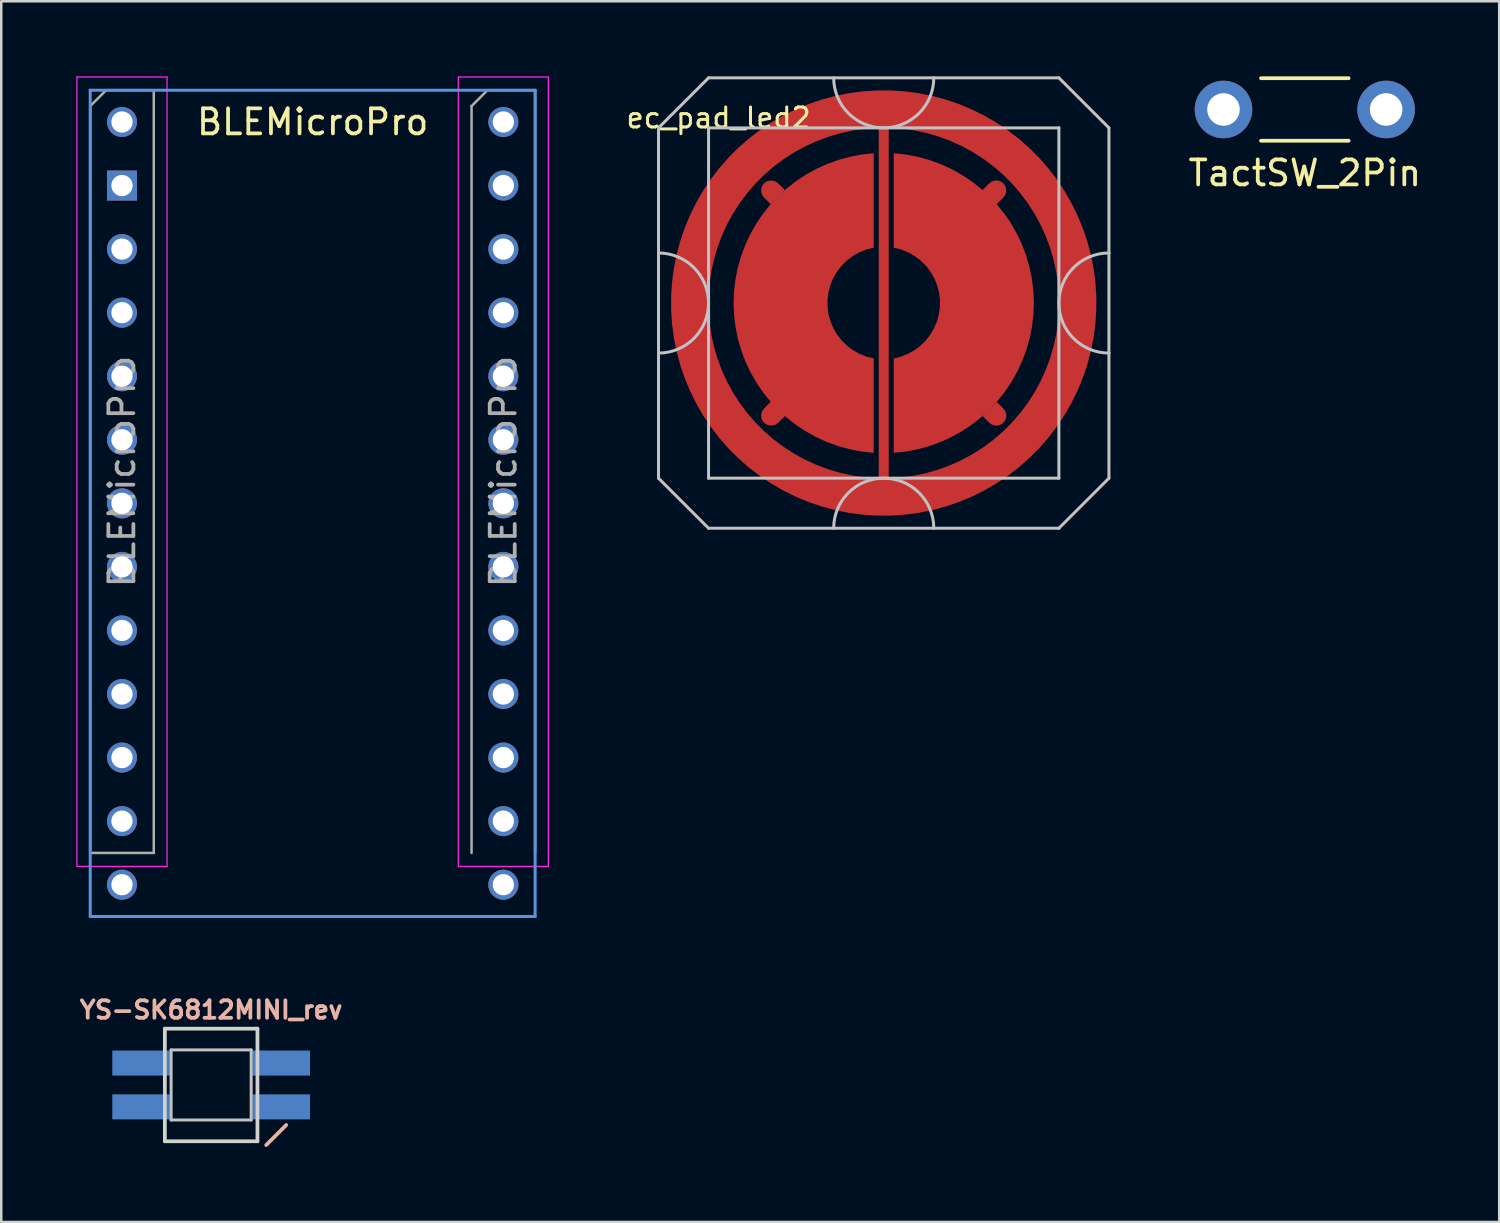
<source format=kicad_pcb>
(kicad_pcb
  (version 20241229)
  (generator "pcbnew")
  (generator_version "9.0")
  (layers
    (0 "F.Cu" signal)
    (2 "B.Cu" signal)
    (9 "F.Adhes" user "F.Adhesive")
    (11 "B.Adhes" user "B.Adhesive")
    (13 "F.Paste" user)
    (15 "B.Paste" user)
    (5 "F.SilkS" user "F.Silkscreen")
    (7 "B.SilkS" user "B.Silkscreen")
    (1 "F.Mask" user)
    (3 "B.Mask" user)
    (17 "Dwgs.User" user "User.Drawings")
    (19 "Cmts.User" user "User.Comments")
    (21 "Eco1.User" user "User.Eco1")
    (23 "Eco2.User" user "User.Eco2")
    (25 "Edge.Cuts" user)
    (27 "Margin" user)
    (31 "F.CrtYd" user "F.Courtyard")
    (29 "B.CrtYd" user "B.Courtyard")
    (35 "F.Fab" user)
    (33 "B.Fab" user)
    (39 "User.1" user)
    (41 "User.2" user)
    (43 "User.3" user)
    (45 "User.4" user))
  (footprint "TactSW_2Pin"
    (layer "F.Cu")
    (at 49.094 1.325)
    (property "Reference" "TactSW_2Pin" (at 0 2.54 180) (layer "F.SilkS") (effects (font (size 1 1) (thickness 0.15))))
    (attr through_hole)
    (fp_line (start -1.75 1.25) (end 1.75 1.25) (stroke (width 0.15) (type solid)) (layer "F.SilkS"))
    (fp_line (start 1.75 -1.25) (end -1.75 -1.25) (stroke (width 0.15) (type solid)) (layer "F.SilkS"))
    (pad "1" thru_hole circle (at -3.25 0) (size 2.3 2.3) (drill 1.3) (layers "*.Cu" "*.Mask"))
    (pad "2" thru_hole circle (at 3.25 0) (size 2.3 2.3) (drill 1.3) (layers "*.Cu" "*.Mask")))
  (footprint "YS-SK6812MINI_rev"
    (layer "F.Cu")
    (at 5.388 40.308)
    (property "Reference" "YS-SK6812MINI_rev" (at 0 -3 180) (layer "B.SilkS") (effects (font (size 0.7 0.7) (thickness 0.15))))
    (attr through_hole)
    (fp_line (start 2.2 2.4) (end 3 1.6) (stroke (width 0.15) (type solid)) (layer "B.SilkS"))
    (fp_line (start -1.6 -1.4) (end -1.6 1.4) (stroke (width 0.12) (type solid)) (layer "Dwgs.User"))
    (fp_line (start -1.6 1.4) (end 1.6 1.4) (stroke (width 0.12) (type solid)) (layer "Dwgs.User"))
    (fp_line (start 1.6 -1.4) (end -1.6 -1.4) (stroke (width 0.12) (type solid)) (layer "Dwgs.User"))
    (fp_line (start 1.6 1.4) (end 1.6 -1.4) (stroke (width 0.12) (type solid)) (layer "Dwgs.User"))
    (fp_line (start -1.85 -2.25) (end -1.85 2.25) (stroke (width 0.15) (type solid)) (layer "Edge.Cuts"))
    (fp_line (start -1.85 -2.25) (end 1.85 -2.25) (stroke (width 0.15) (type solid)) (layer "Edge.Cuts"))
    (fp_line (start 1.85 -2.25) (end 1.85 2.25) (stroke (width 0.15) (type solid)) (layer "Edge.Cuts"))
    (fp_line (start 1.85 2.25) (end -1.85 2.25) (stroke (width 0.15) (type solid)) (layer "Edge.Cuts"))
    (pad "1" smd rect (at -2.8 -0.875) (size 2.3 1) (layers "B.Cu" "B.Mask" "B.Paste"))
    (pad "2" smd rect (at -2.8 0.875) (size 2.3 1) (layers "B.Cu" "B.Mask" "B.Paste"))
    (pad "3" smd rect (at 2.8 0.875) (size 2.3 1) (layers "B.Cu" "B.Mask" "B.Paste"))
    (pad "4" smd rect (at 2.8 -0.875) (size 2.3 1) (layers "B.Cu" "B.Mask" "B.Paste")))
  (footprint "BLEMicroPro"
    (layer "F.Cu")
    (at 9.445 1.825)
    (property "Reference" "BLEMicroPro" (at 0 0 180) (layer "F.SilkS") (effects (font (size 1 1) (thickness 0.15))))
    (attr through_hole)
    (fp_line (start -8.89 -1.27) (end -8.89 31.75) (stroke (width 0.12) (type solid)) (layer "Cmts.User"))
    (fp_line (start -8.89 31.75) (end 8.89 31.75) (stroke (width 0.12) (type solid)) (layer "Cmts.User"))
    (fp_line (start 8.89 -1.27) (end -8.89 -1.27) (stroke (width 0.12) (type solid)) (layer "Cmts.User"))
    (fp_line (start 8.89 31.75) (end 8.89 -1.27) (stroke (width 0.12) (type solid)) (layer "Cmts.User"))
    (fp_line (start -9.42 -1.8) (end -9.42 29.75) (stroke (width 0.05) (type solid)) (layer "F.CrtYd"))
    (fp_line (start -9.42 29.75) (end -5.82 29.75) (stroke (width 0.05) (type solid)) (layer "F.CrtYd"))
    (fp_line (start -5.82 -1.8) (end -9.42 -1.8) (stroke (width 0.05) (type solid)) (layer "F.CrtYd"))
    (fp_line (start -5.82 29.75) (end -5.82 -1.8) (stroke (width 0.05) (type solid)) (layer "F.CrtYd"))
    (fp_line (start 5.82 -1.8) (end 5.82 29.75) (stroke (width 0.05) (type solid)) (layer "F.CrtYd"))
    (fp_line (start 5.82 29.75) (end 9.42 29.75) (stroke (width 0.05) (type solid)) (layer "F.CrtYd"))
    (fp_line (start 9.42 -1.8) (end 5.82 -1.8) (stroke (width 0.05) (type solid)) (layer "F.CrtYd"))
    (fp_line (start 9.42 29.75) (end 9.42 -1.8) (stroke (width 0.05) (type solid)) (layer "F.CrtYd"))
    (fp_line (start -8.89 -0.635) (end -8.255 -1.27) (stroke (width 0.1) (type solid)) (layer "F.Fab"))
    (fp_line (start -8.89 29.21) (end -8.89 -0.635) (stroke (width 0.1) (type solid)) (layer "F.Fab"))
    (fp_line (start -8.255 -1.27) (end -6.35 -1.27) (stroke (width 0.1) (type solid)) (layer "F.Fab"))
    (fp_line (start -6.35 -1.27) (end -6.35 29.21) (stroke (width 0.1) (type solid)) (layer "F.Fab"))
    (fp_line (start -6.35 29.21) (end -8.89 29.21) (stroke (width 0.1) (type solid)) (layer "F.Fab"))
    (fp_line (start 6.35 -0.635) (end 6.985 -1.27) (stroke (width 0.1) (type solid)) (layer "F.Fab"))
    (fp_line (start 6.35 29.21) (end 6.35 -0.635) (stroke (width 0.1) (type solid)) (layer "F.Fab"))
    (fp_line (start 6.985 -1.27) (end 8.89 -1.27) (stroke (width 0.1) (type solid)) (layer "F.Fab"))
    (fp_line (start 8.89 -1.27) (end 8.89 29.21) (stroke (width 0.1) (type solid)) (layer "F.Fab"))
    (fp_line (start 8.89 31.75) (end 6.35 31.75) (stroke (width 0.1) (type solid)) (layer "F.Fab"))
    (fp_text user "${REFERENCE}" (at 7.62 13.97 270) (layer "F.Fab") (effects (font (size 1 1) (thickness 0.15))))
    (fp_text user "${REFERENCE}" (at -7.62 13.97 270) (layer "F.Fab") (effects (font (size 1 1) (thickness 0.15))))
    (pad "1" thru_hole circle (at -7.62 0) (size 1.2 1.2) (drill 0.85) (layers "*.Cu" "*.Mask"))
    (pad "2" thru_hole rect (at -7.62 2.54) (size 1.2 1.2) (drill 0.85) (layers "*.Cu" "*.Mask"))
    (pad "3" thru_hole oval (at -7.62 5.08) (size 1.2 1.2) (drill 0.85) (layers "*.Cu" "*.Mask"))
    (pad "4" thru_hole oval (at -7.62 7.62) (size 1.2 1.2) (drill 0.85) (layers "*.Cu" "*.Mask"))
    (pad "5" thru_hole oval (at -7.62 10.16) (size 1.2 1.2) (drill 0.85) (layers "*.Cu" "*.Mask"))
    (pad "6" thru_hole oval (at -7.62 12.7) (size 1.2 1.2) (drill 0.85) (layers "*.Cu" "*.Mask"))
    (pad "7" thru_hole oval (at -7.62 15.24) (size 1.2 1.2) (drill 0.85) (layers "*.Cu" "*.Mask"))
    (pad "8" thru_hole oval (at -7.62 17.78) (size 1.2 1.2) (drill 0.85) (layers "*.Cu" "*.Mask"))
    (pad "9" thru_hole oval (at -7.62 20.32) (size 1.2 1.2) (drill 0.85) (layers "*.Cu" "*.Mask"))
    (pad "10" thru_hole oval (at -7.62 22.86) (size 1.2 1.2) (drill 0.85) (layers "*.Cu" "*.Mask"))
    (pad "11" thru_hole oval (at -7.62 25.4) (size 1.2 1.2) (drill 0.85) (layers "*.Cu" "*.Mask"))
    (pad "12" thru_hole oval (at -7.62 27.94) (size 1.2 1.2) (drill 0.85) (layers "*.Cu" "*.Mask"))
    (pad "13" thru_hole oval (at -7.62 30.48) (size 1.2 1.2) (drill 0.85) (layers "*.Cu" "*.Mask"))
    (pad "14" thru_hole oval (at 7.62 30.48 270) (size 1.2 1.2) (drill 0.85) (layers "*.Cu" "*.Mask"))
    (pad "15" thru_hole oval (at 7.62 27.94) (size 1.2 1.2) (drill 0.85) (layers "*.Cu" "*.Mask"))
    (pad "16" thru_hole oval (at 7.62 25.4) (size 1.2 1.2) (drill 0.85) (layers "*.Cu" "*.Mask"))
    (pad "17" thru_hole oval (at 7.62 22.86) (size 1.2 1.2) (drill 0.85) (layers "*.Cu" "*.Mask"))
    (pad "18" thru_hole oval (at 7.62 20.32) (size 1.2 1.2) (drill 0.85) (layers "*.Cu" "*.Mask"))
    (pad "19" thru_hole oval (at 7.62 17.78) (size 1.2 1.2) (drill 0.85) (layers "*.Cu" "*.Mask"))
    (pad "20" thru_hole oval (at 7.62 15.24) (size 1.2 1.2) (drill 0.85) (layers "*.Cu" "*.Mask"))
    (pad "21" thru_hole oval (at 7.62 12.7) (size 1.2 1.2) (drill 0.85) (layers "*.Cu" "*.Mask"))
    (pad "22" thru_hole oval (at 7.62 10.16) (size 1.2 1.2) (drill 0.85) (layers "*.Cu" "*.Mask"))
    (pad "23" thru_hole oval (at 7.62 7.62) (size 1.2 1.2) (drill 0.85) (layers "*.Cu" "*.Mask"))
    (pad "24" thru_hole oval (at 7.62 5.08) (size 1.2 1.2) (drill 0.85) (layers "*.Cu" "*.Mask"))
    (pad "25" thru_hole oval (at 7.62 2.54) (size 1.2 1.2) (drill 0.85) (layers "*.Cu" "*.Mask"))
    (pad "26" thru_hole circle (at 7.62 0) (size 1.2 1.2) (drill 0.85) (layers "*.Cu" "*.Mask")))
  (footprint "ec_pad_led2"
    (layer "F.Cu")
    (at 32.266 9.06)
    (property "Reference" "ec_pad_led2" (at -6.6 -7.4 0) (layer "F.SilkS") (effects (font (size 0.8 0.8) (thickness 0.12))))
    (attr smd)
    (fp_line (start -9 -7) (end -9 -2) (stroke (width 0.12) (type solid)) (layer "Dwgs.User"))
    (fp_line (start -9 -2) (end -9 2) (stroke (width 0.12) (type solid)) (layer "Dwgs.User"))
    (fp_line (start -9 2) (end -9 7) (stroke (width 0.12) (type solid)) (layer "Dwgs.User"))
    (fp_line (start -9 7) (end -7 9) (stroke (width 0.12) (type solid)) (layer "Dwgs.User"))
    (fp_line (start -7 -9) (end -9 -7) (stroke (width 0.12) (type solid)) (layer "Dwgs.User"))
    (fp_line (start -7 -7) (end -7 7) (stroke (width 0.12) (type solid)) (layer "Dwgs.User"))
    (fp_line (start -7 7) (end 7 7) (stroke (width 0.12) (type solid)) (layer "Dwgs.User"))
    (fp_line (start -7 9) (end 7 9) (stroke (width 0.12) (type solid)) (layer "Dwgs.User"))
    (fp_line (start 7 -9) (end -7 -9) (stroke (width 0.12) (type solid)) (layer "Dwgs.User"))
    (fp_line (start 7 -9) (end 9 -7) (stroke (width 0.12) (type solid)) (layer "Dwgs.User"))
    (fp_line (start 7 -7) (end -7 -7) (stroke (width 0.12) (type solid)) (layer "Dwgs.User"))
    (fp_line (start 7 7) (end 7 -7) (stroke (width 0.12) (type solid)) (layer "Dwgs.User"))
    (fp_line (start 7 9) (end 9 7) (stroke (width 0.12) (type solid)) (layer "Dwgs.User"))
    (fp_line (start 9 -2) (end 9 -7) (stroke (width 0.12) (type solid)) (layer "Dwgs.User"))
    (fp_line (start 9 -2) (end 9 2) (stroke (width 0.12) (type solid)) (layer "Dwgs.User"))
    (fp_line (start 9 7) (end 9 2) (stroke (width 0.12) (type solid)) (layer "Dwgs.User"))
    (fp_arc (start -9 -2) (mid -7 0) (end -9 2) (stroke (width 0.12) (type solid)) (layer "Dwgs.User"))
    (fp_arc (start -2 9) (mid 0 7) (end 2 9) (stroke (width 0.12) (type solid)) (layer "Dwgs.User"))
    (fp_arc (start 2 -9) (mid 0 -7) (end -2 -9) (stroke (width 0.12) (type solid)) (layer "Dwgs.User"))
    (fp_arc (start 9 2) (mid 7 0) (end 9 -2) (stroke (width 0.12) (type solid)) (layer "Dwgs.User"))
    (pad "1" smd custom (at -4.5 -4.5 270) (size 0.5 0.5) (layers "F.Cu") (options (anchor circle)) (primitives (gr_poly (pts (xy 0.55 0.016) (xy 0.283 0.283) (xy 0.182 0.356) (xy 0.063 0.395) (xy -0.063 0.395) (xy -0.182 0.356) (xy -0.283 0.283) (xy -0.356 0.182) (xy -0.395 0.063) (xy -0.395 -0.063) (xy -0.356 -0.182) (xy -0.283 -0.283) (xy -0.016 -0.55)) (width 0) (fill yes))))
    (pad "1" smd custom (at -4.5 4.5) (size 0.5 0.5) (layers "F.Cu") (options (anchor circle)) (primitives (gr_poly (pts (xy 3.614 1.434) (xy 3.134 1.342) (xy 2.663 1.212) (xy 2.204 1.043) (xy 1.76 0.838) (xy 1.335 0.597) (xy 0.93 0.323) (xy 0.55 0.016) (xy 0.283 0.283) (xy 0.182 0.356) (xy 0.063 0.395) (xy -0.063 0.395) (xy -0.182 0.356) (xy -0.283 0.283) (xy -0.356 0.182) (xy -0.395 0.063) (xy -0.395 -0.063) (xy -0.356 -0.182) (xy -0.283 -0.283) (xy -0.016 -0.55) (xy -0.315 -0.92) (xy -0.584 -1.313) (xy -0.821 -1.726) (xy -1.024 -2.157) (xy -1.192 -2.603) (xy -1.325 -3.06) (xy -1.42 -3.526) (xy -1.479 -3.999) (xy -1.5 -4.475) (xy -1.483 -4.95) (xy -1.428 -5.423) (xy -1.337 -5.891) (xy -1.208 -6.349) (xy -1.043 -6.796) (xy -0.844 -7.228) (xy -0.611 -7.643) (xy -0.345 -8.039) (xy -0.049 -8.412) (xy 0.275 -8.76) (xy 0.626 -9.082) (xy 1.002 -9.375) (xy 1.4 -9.637) (xy 1.817 -9.866) (xy 2.251 -10.062) (xy 2.699 -10.223) (xy 3.158 -10.348) (xy 3.626 -10.436) (xy 4.1 -10.487) (xy 4.1 -6.714) (xy 3.811 -6.642) (xy 3.534 -6.532) (xy 3.273 -6.386) (xy 3.035 -6.208) (xy 2.822 -5.999) (xy 2.639 -5.764) (xy 2.488 -5.507) (xy 2.372 -5.232) (xy 2.294 -4.944) (xy 2.255 -4.649) (xy 2.255 -4.351) (xy 2.294 -4.055) (xy 2.372 -3.768) (xy 2.488 -3.493) (xy 2.639 -3.236) (xy 2.822 -3.001) (xy 3.035 -2.792) (xy 3.273 -2.614) (xy 3.534 -2.468) (xy 3.811 -2.358) (xy 4.1 -2.286) (xy 4.1 1.487)) (width 0) (fill yes))))
    (pad "2" smd custom (at 4.5 -4.5 180) (size 0.5 0.5) (layers "F.Cu") (options (anchor circle)) (primitives (gr_poly (pts (xy 3.614 1.434) (xy 3.134 1.342) (xy 2.663 1.212) (xy 2.204 1.043) (xy 1.76 0.838) (xy 1.335 0.597) (xy 0.93 0.323) (xy 0.55 0.016) (xy 0.283 0.283) (xy 0.182 0.356) (xy 0.063 0.395) (xy -0.063 0.395) (xy -0.182 0.356) (xy -0.283 0.283) (xy -0.356 0.182) (xy -0.395 0.063) (xy -0.395 -0.063) (xy -0.356 -0.182) (xy -0.283 -0.283) (xy -0.016 -0.55) (xy -0.315 -0.92) (xy -0.584 -1.313) (xy -0.821 -1.726) (xy -1.024 -2.157) (xy -1.192 -2.603) (xy -1.325 -3.06) (xy -1.42 -3.526) (xy -1.479 -3.999) (xy -1.5 -4.475) (xy -1.483 -4.95) (xy -1.428 -5.423) (xy -1.337 -5.891) (xy -1.208 -6.349) (xy -1.043 -6.796) (xy -0.844 -7.228) (xy -0.611 -7.643) (xy -0.345 -8.039) (xy -0.049 -8.412) (xy 0.275 -8.76) (xy 0.626 -9.082) (xy 1.002 -9.375) (xy 1.4 -9.637) (xy 1.817 -9.866) (xy 2.251 -10.062) (xy 2.699 -10.223) (xy 3.158 -10.348) (xy 3.626 -10.436) (xy 4.1 -10.487) (xy 4.1 -6.714) (xy 3.811 -6.642) (xy 3.534 -6.532) (xy 3.273 -6.386) (xy 3.035 -6.208) (xy 2.822 -5.999) (xy 2.639 -5.764) (xy 2.488 -5.507) (xy 2.372 -5.232) (xy 2.294 -4.944) (xy 2.255 -4.649) (xy 2.255 -4.351) (xy 2.294 -4.055) (xy 2.372 -3.768) (xy 2.488 -3.493) (xy 2.639 -3.236) (xy 2.822 -3.001) (xy 3.035 -2.792) (xy 3.273 -2.614) (xy 3.534 -2.468) (xy 3.811 -2.358) (xy 4.1 -2.286) (xy 4.1 1.487)) (width 0) (fill yes))))
    (pad "2" smd custom (at 4.5 4.5 90) (size 0.5 0.5) (layers "F.Cu") (options (anchor circle)) (primitives (gr_poly (pts (xy 0.55 0.016) (xy 0.283 0.283) (xy 0.182 0.356) (xy 0.063 0.395) (xy -0.063 0.395) (xy -0.182 0.356) (xy -0.283 0.283) (xy -0.356 0.182) (xy -0.395 0.063) (xy -0.395 -0.063) (xy -0.356 -0.182) (xy -0.283 -0.283) (xy -0.016 -0.55)) (width 0) (fill yes))))
    (pad "3" smd custom (at 8 0) (size 0.5 0.5) (layers "F.Cu") (options (anchor rect)) (primitives (gr_circle (center -8 0) (end -0.25 0) (width 1.5) (fill no)) (gr_line (start -8 8) (end -8 -8) (width 0.4)))))
  (gr_rect
    (start -3 -3)
    (end 56.862 45.783)
    (stroke (width 0.1) (type default))
    (fill no)
    (layer "Edge.Cuts")))
</source>
